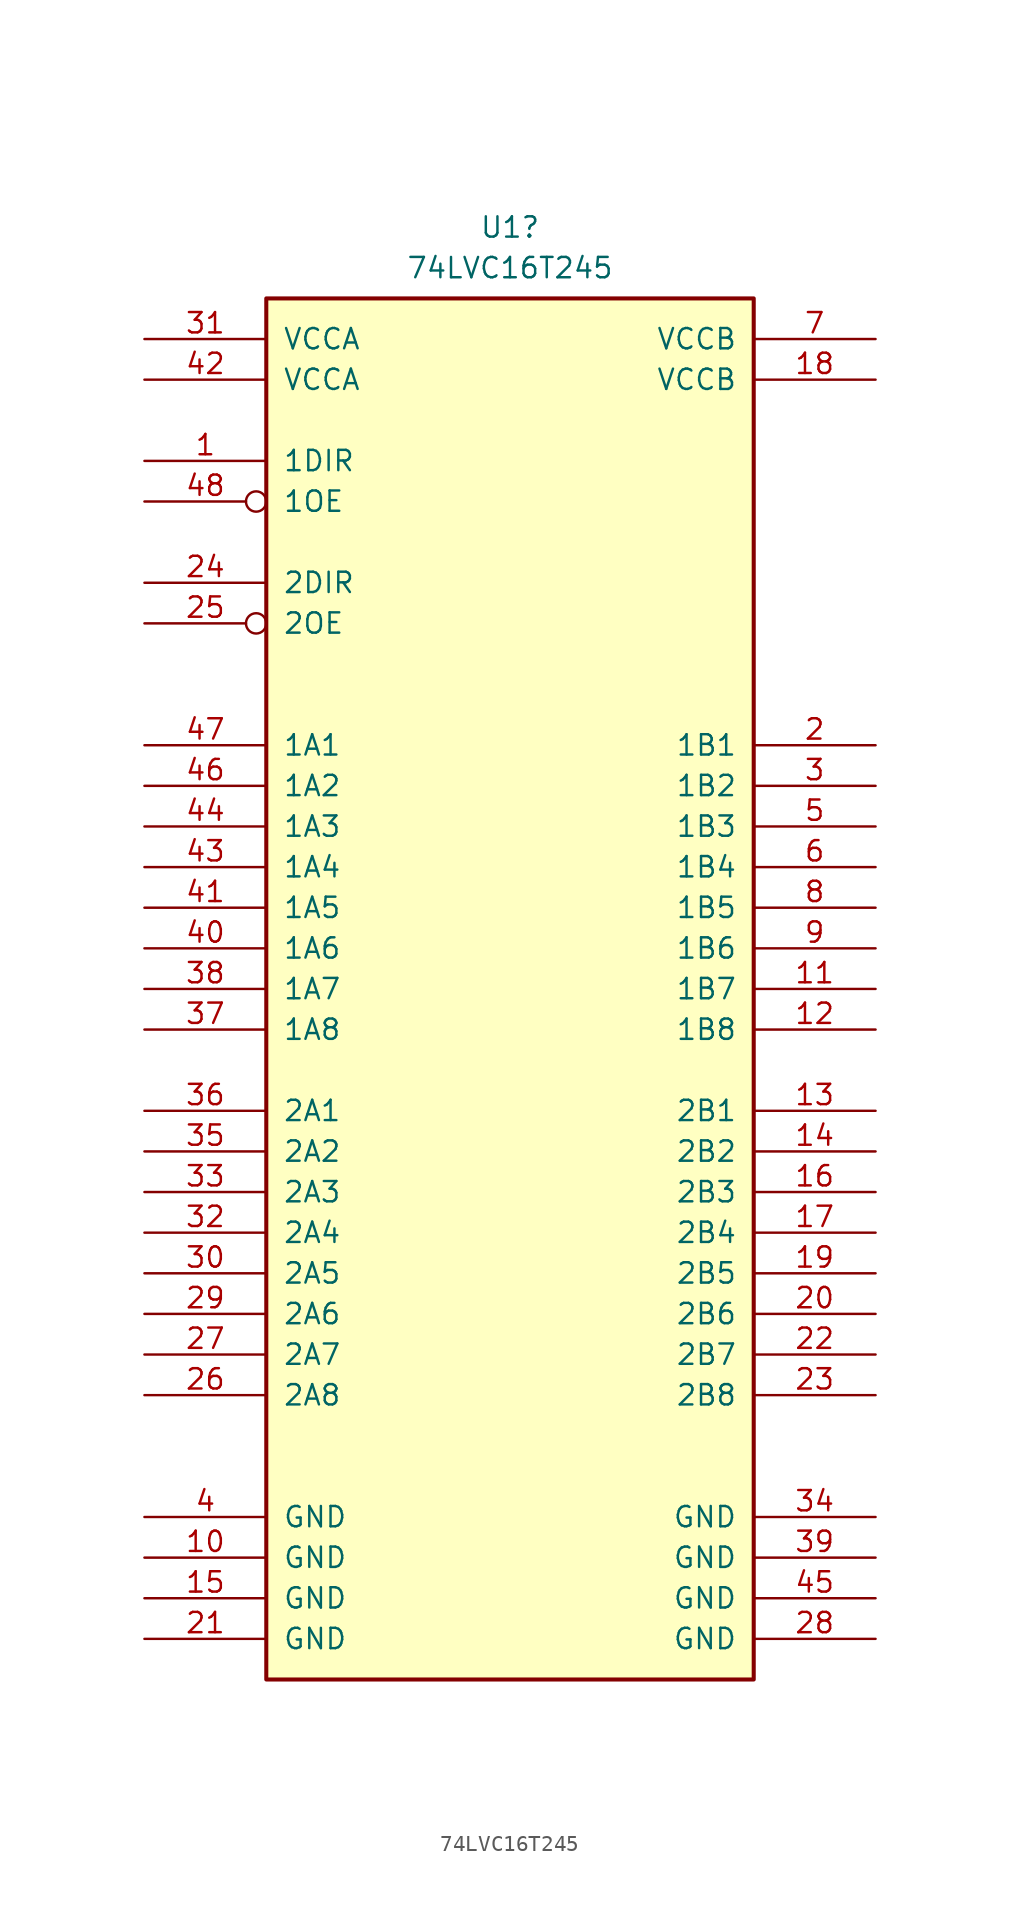
<source format=kicad_sym>
(kicad_symbol_lib
  (version 20220914)
  (generator kicad_symbol_editor)
  (symbol "74LVC16T245"
    (pin_names
      (offset 1.016))
    (property "Reference" "U1"
      (at 0 46.355 0)
      (effects (font (size 1.27 1.27))))
    (property "Value" "74LVC16T245"
      (at 0 43.815 0)
      (effects (font (size 1.27 1.27))))
    (symbol "74LVC16T245_1_1"
      (rectangle (start -15.24 41.91) (end 15.24 -44.45) (stroke (width 0.254) (type solid)) (fill (type background)))
      (pin input line (at -22.86 31.75 0) (length 7.62) (name "1DIR" (effects (font (size 1.27 1.27)))) (number "1" (effects (font (size 1.27 1.27)))))
      (pin power_in line (at -22.86 -36.83 0) (length 7.62) (name "GND" (effects (font (size 1.27 1.27)))) (number "10" (effects (font (size 1.27 1.27)))))
      (pin bidirectional line (at 22.86 -1.27 180) (length 7.62) (name "1B7" (effects (font (size 1.27 1.27)))) (number "11" (effects (font (size 1.27 1.27)))))
      (pin bidirectional line (at 22.86 -3.81 180) (length 7.62) (name "1B8" (effects (font (size 1.27 1.27)))) (number "12" (effects (font (size 1.27 1.27)))))
      (pin bidirectional line (at 22.86 -8.89 180) (length 7.62) (name "2B1" (effects (font (size 1.27 1.27)))) (number "13" (effects (font (size 1.27 1.27)))))
      (pin bidirectional line (at 22.86 -11.43 180) (length 7.62) (name "2B2" (effects (font (size 1.27 1.27)))) (number "14" (effects (font (size 1.27 1.27)))))
      (pin power_in line (at -22.86 -39.37 0) (length 7.62) (name "GND" (effects (font (size 1.27 1.27)))) (number "15" (effects (font (size 1.27 1.27)))))
      (pin bidirectional line (at 22.86 -13.97 180) (length 7.62) (name "2B3" (effects (font (size 1.27 1.27)))) (number "16" (effects (font (size 1.27 1.27)))))
      (pin bidirectional line (at 22.86 -16.51 180) (length 7.62) (name "2B4" (effects (font (size 1.27 1.27)))) (number "17" (effects (font (size 1.27 1.27)))))
      (pin power_in line (at 22.86 36.83 180) (length 7.62) (name "VCCB" (effects (font (size 1.27 1.27)))) (number "18" (effects (font (size 1.27 1.27)))))
      (pin bidirectional line (at 22.86 -19.05 180) (length 7.62) (name "2B5" (effects (font (size 1.27 1.27)))) (number "19" (effects (font (size 1.27 1.27)))))
      (pin bidirectional line (at 22.86 13.97 180) (length 7.62) (name "1B1" (effects (font (size 1.27 1.27)))) (number "2" (effects (font (size 1.27 1.27)))))
      (pin bidirectional line (at 22.86 -21.59 180) (length 7.62) (name "2B6" (effects (font (size 1.27 1.27)))) (number "20" (effects (font (size 1.27 1.27)))))
      (pin power_in line (at -22.86 -41.91 0) (length 7.62) (name "GND" (effects (font (size 1.27 1.27)))) (number "21" (effects (font (size 1.27 1.27)))))
      (pin bidirectional line (at 22.86 -24.13 180) (length 7.62) (name "2B7" (effects (font (size 1.27 1.27)))) (number "22" (effects (font (size 1.27 1.27)))))
      (pin bidirectional line (at 22.86 -26.67 180) (length 7.62) (name "2B8" (effects (font (size 1.27 1.27)))) (number "23" (effects (font (size 1.27 1.27)))))
      (pin input line (at -22.86 24.13 0) (length 7.62) (name "2DIR" (effects (font (size 1.27 1.27)))) (number "24" (effects (font (size 1.27 1.27)))))
      (pin input inverted (at -22.86 21.59 0) (length 7.62) (name "2OE" (effects (font (size 1.27 1.27)))) (number "25" (effects (font (size 1.27 1.27)))))
      (pin bidirectional line (at -22.86 -26.67 0) (length 7.62) (name "2A8" (effects (font (size 1.27 1.27)))) (number "26" (effects (font (size 1.27 1.27)))))
      (pin bidirectional line (at -22.86 -24.13 0) (length 7.62) (name "2A7" (effects (font (size 1.27 1.27)))) (number "27" (effects (font (size 1.27 1.27)))))
      (pin power_in line (at 22.86 -41.91 180) (length 7.62) (name "GND" (effects (font (size 1.27 1.27)))) (number "28" (effects (font (size 1.27 1.27)))))
      (pin bidirectional line (at -22.86 -21.59 0) (length 7.62) (name "2A6" (effects (font (size 1.27 1.27)))) (number "29" (effects (font (size 1.27 1.27)))))
      (pin bidirectional line (at 22.86 11.43 180) (length 7.62) (name "1B2" (effects (font (size 1.27 1.27)))) (number "3" (effects (font (size 1.27 1.27)))))
      (pin bidirectional line (at -22.86 -19.05 0) (length 7.62) (name "2A5" (effects (font (size 1.27 1.27)))) (number "30" (effects (font (size 1.27 1.27)))))
      (pin power_in line (at -22.86 39.37 0) (length 7.62) (name "VCCA" (effects (font (size 1.27 1.27)))) (number "31" (effects (font (size 1.27 1.27)))))
      (pin bidirectional line (at -22.86 -16.51 0) (length 7.62) (name "2A4" (effects (font (size 1.27 1.27)))) (number "32" (effects (font (size 1.27 1.27)))))
      (pin bidirectional line (at -22.86 -13.97 0) (length 7.62) (name "2A3" (effects (font (size 1.27 1.27)))) (number "33" (effects (font (size 1.27 1.27)))))
      (pin power_in line (at 22.86 -34.29 180) (length 7.62) (name "GND" (effects (font (size 1.27 1.27)))) (number "34" (effects (font (size 1.27 1.27)))))
      (pin bidirectional line (at -22.86 -11.43 0) (length 7.62) (name "2A2" (effects (font (size 1.27 1.27)))) (number "35" (effects (font (size 1.27 1.27)))))
      (pin bidirectional line (at -22.86 -8.89 0) (length 7.62) (name "2A1" (effects (font (size 1.27 1.27)))) (number "36" (effects (font (size 1.27 1.27)))))
      (pin bidirectional line (at -22.86 -3.81 0) (length 7.62) (name "1A8" (effects (font (size 1.27 1.27)))) (number "37" (effects (font (size 1.27 1.27)))))
      (pin bidirectional line (at -22.86 -1.27 0) (length 7.62) (name "1A7" (effects (font (size 1.27 1.27)))) (number "38" (effects (font (size 1.27 1.27)))))
      (pin power_in line (at 22.86 -36.83 180) (length 7.62) (name "GND" (effects (font (size 1.27 1.27)))) (number "39" (effects (font (size 1.27 1.27)))))
      (pin power_in line (at -22.86 -34.29 0) (length 7.62) (name "GND" (effects (font (size 1.27 1.27)))) (number "4" (effects (font (size 1.27 1.27)))))
      (pin bidirectional line (at -22.86 1.27 0) (length 7.62) (name "1A6" (effects (font (size 1.27 1.27)))) (number "40" (effects (font (size 1.27 1.27)))))
      (pin bidirectional line (at -22.86 3.81 0) (length 7.62) (name "1A5" (effects (font (size 1.27 1.27)))) (number "41" (effects (font (size 1.27 1.27)))))
      (pin power_in line (at -22.86 36.83 0) (length 7.62) (name "VCCA" (effects (font (size 1.27 1.27)))) (number "42" (effects (font (size 1.27 1.27)))))
      (pin bidirectional line (at -22.86 6.35 0) (length 7.62) (name "1A4" (effects (font (size 1.27 1.27)))) (number "43" (effects (font (size 1.27 1.27)))))
      (pin bidirectional line (at -22.86 8.89 0) (length 7.62) (name "1A3" (effects (font (size 1.27 1.27)))) (number "44" (effects (font (size 1.27 1.27)))))
      (pin power_in line (at 22.86 -39.37 180) (length 7.62) (name "GND" (effects (font (size 1.27 1.27)))) (number "45" (effects (font (size 1.27 1.27)))))
      (pin bidirectional line (at -22.86 11.43 0) (length 7.62) (name "1A2" (effects (font (size 1.27 1.27)))) (number "46" (effects (font (size 1.27 1.27)))))
      (pin bidirectional line (at -22.86 13.97 0) (length 7.62) (name "1A1" (effects (font (size 1.27 1.27)))) (number "47" (effects (font (size 1.27 1.27)))))
      (pin input inverted (at -22.86 29.21 0) (length 7.62) (name "1OE" (effects (font (size 1.27 1.27)))) (number "48" (effects (font (size 1.27 1.27)))))
      (pin bidirectional line (at 22.86 8.89 180) (length 7.62) (name "1B3" (effects (font (size 1.27 1.27)))) (number "5" (effects (font (size 1.27 1.27)))))
      (pin bidirectional line (at 22.86 6.35 180) (length 7.62) (name "1B4" (effects (font (size 1.27 1.27)))) (number "6" (effects (font (size 1.27 1.27)))))
      (pin power_in line (at 22.86 39.37 180) (length 7.62) (name "VCCB" (effects (font (size 1.27 1.27)))) (number "7" (effects (font (size 1.27 1.27)))))
      (pin bidirectional line (at 22.86 3.81 180) (length 7.62) (name "1B5" (effects (font (size 1.27 1.27)))) (number "8" (effects (font (size 1.27 1.27)))))
      (pin bidirectional line (at 22.86 1.27 180) (length 7.62) (name "1B6" (effects (font (size 1.27 1.27)))) (number "9" (effects (font (size 1.27 1.27))))))))
</source>
